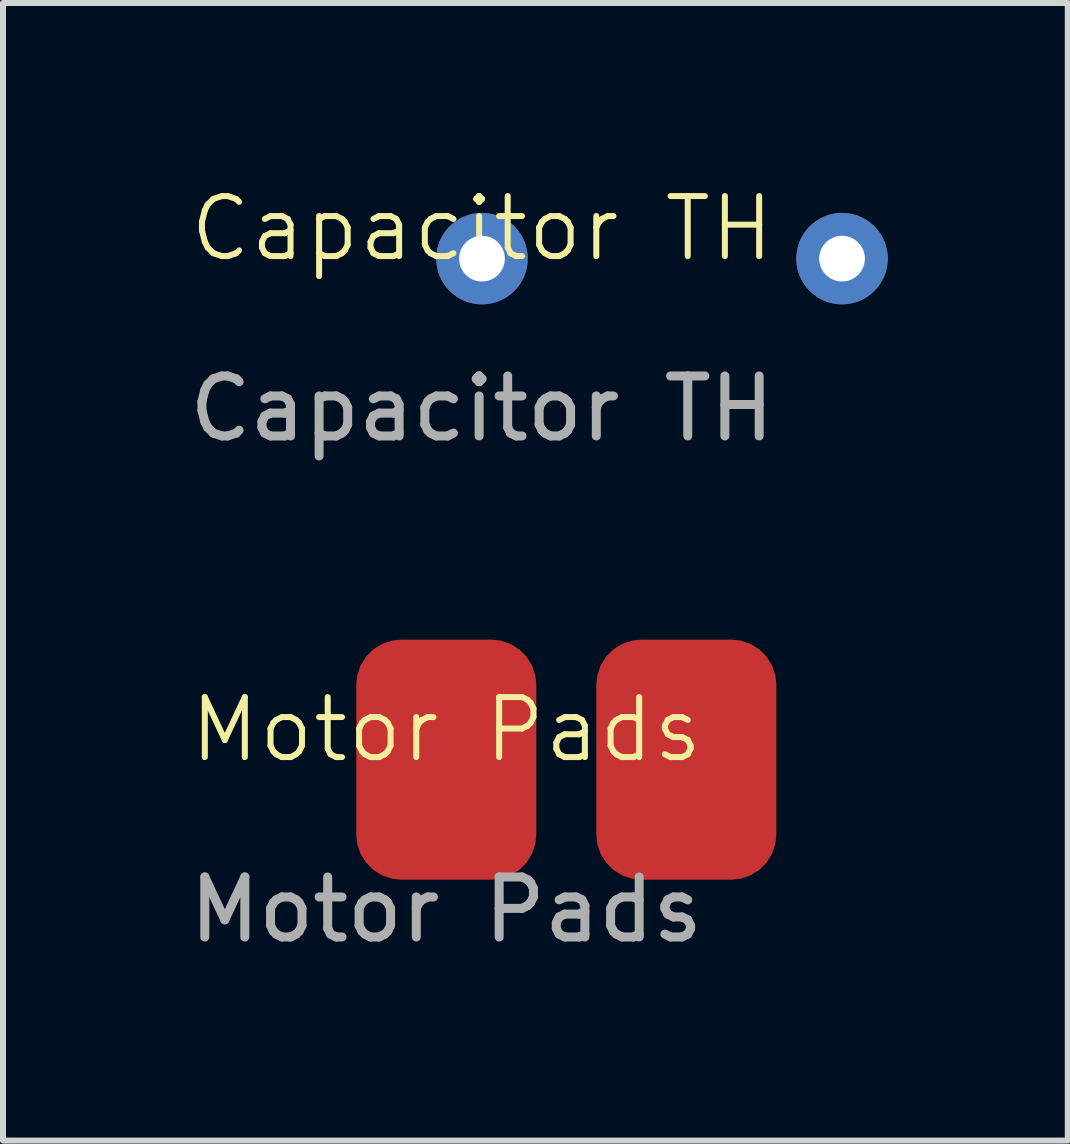
<source format=kicad_pcb>
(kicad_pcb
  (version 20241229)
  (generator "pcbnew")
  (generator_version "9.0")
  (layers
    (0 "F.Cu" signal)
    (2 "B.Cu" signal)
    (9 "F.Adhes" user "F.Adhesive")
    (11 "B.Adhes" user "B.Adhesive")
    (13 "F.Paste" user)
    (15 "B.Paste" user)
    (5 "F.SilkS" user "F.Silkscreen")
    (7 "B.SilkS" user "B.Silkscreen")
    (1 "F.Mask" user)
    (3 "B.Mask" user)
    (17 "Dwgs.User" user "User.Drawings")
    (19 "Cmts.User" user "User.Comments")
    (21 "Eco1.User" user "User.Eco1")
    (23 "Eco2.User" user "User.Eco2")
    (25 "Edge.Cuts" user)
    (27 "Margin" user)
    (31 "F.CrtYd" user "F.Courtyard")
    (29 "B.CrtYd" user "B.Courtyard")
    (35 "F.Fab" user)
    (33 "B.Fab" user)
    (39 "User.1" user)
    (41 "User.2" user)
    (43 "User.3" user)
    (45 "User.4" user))
  (footprint "Capacitor TH"
    (layer "F.Cu")
    (at 4.982 1.26)
    (property "Reference" "Capacitor TH" (at 0 -0.5 0) (unlocked yes) (layer "F.SilkS") (effects (font (size 1 1) (thickness 0.1))))
    (attr through_hole)
    (fp_text user "${REFERENCE}" (at 0 2.5 0) (unlocked yes) (layer "F.Fab") (effects (font (size 1 1) (thickness 0.15))))
    (pad "1" thru_hole circle (at 0 0) (size 1.524 1.524) (drill 0.762) (layers "*.Cu" "*.Mask"))
    (pad "2" thru_hole circle (at 6 0) (size 1.524 1.524) (drill 0.762) (layers "*.Cu" "*.Mask")))
  (footprint "Motor Pads"
    (layer "F.Cu")
    (at 4.387 9.609)
    (property "Reference" "Motor Pads" (at 0 -0.5 0) (unlocked yes) (layer "F.SilkS") (effects (font (size 1 1) (thickness 0.1))))
    (attr smd)
    (fp_text user "${REFERENCE}" (at 0 2.5 0) (unlocked yes) (layer "F.Fab") (effects (font (size 1 1) (thickness 0.15))))
    (pad "1" smd roundrect (at 0 0 180) (size 3 4) (layers "F.Cu" "F.Mask" "F.Paste") (roundrect_rratio 0.25))
    (pad "2" smd roundrect (at 4 0 180) (size 3 4) (layers "F.Cu" "F.Mask" "F.Paste") (roundrect_rratio 0.25)))
  (gr_rect
    (start -3 -3)
    (end 14.744 15.957)
    (stroke (width 0.1) (type default))
    (fill no)
    (layer "Edge.Cuts")))
</source>
